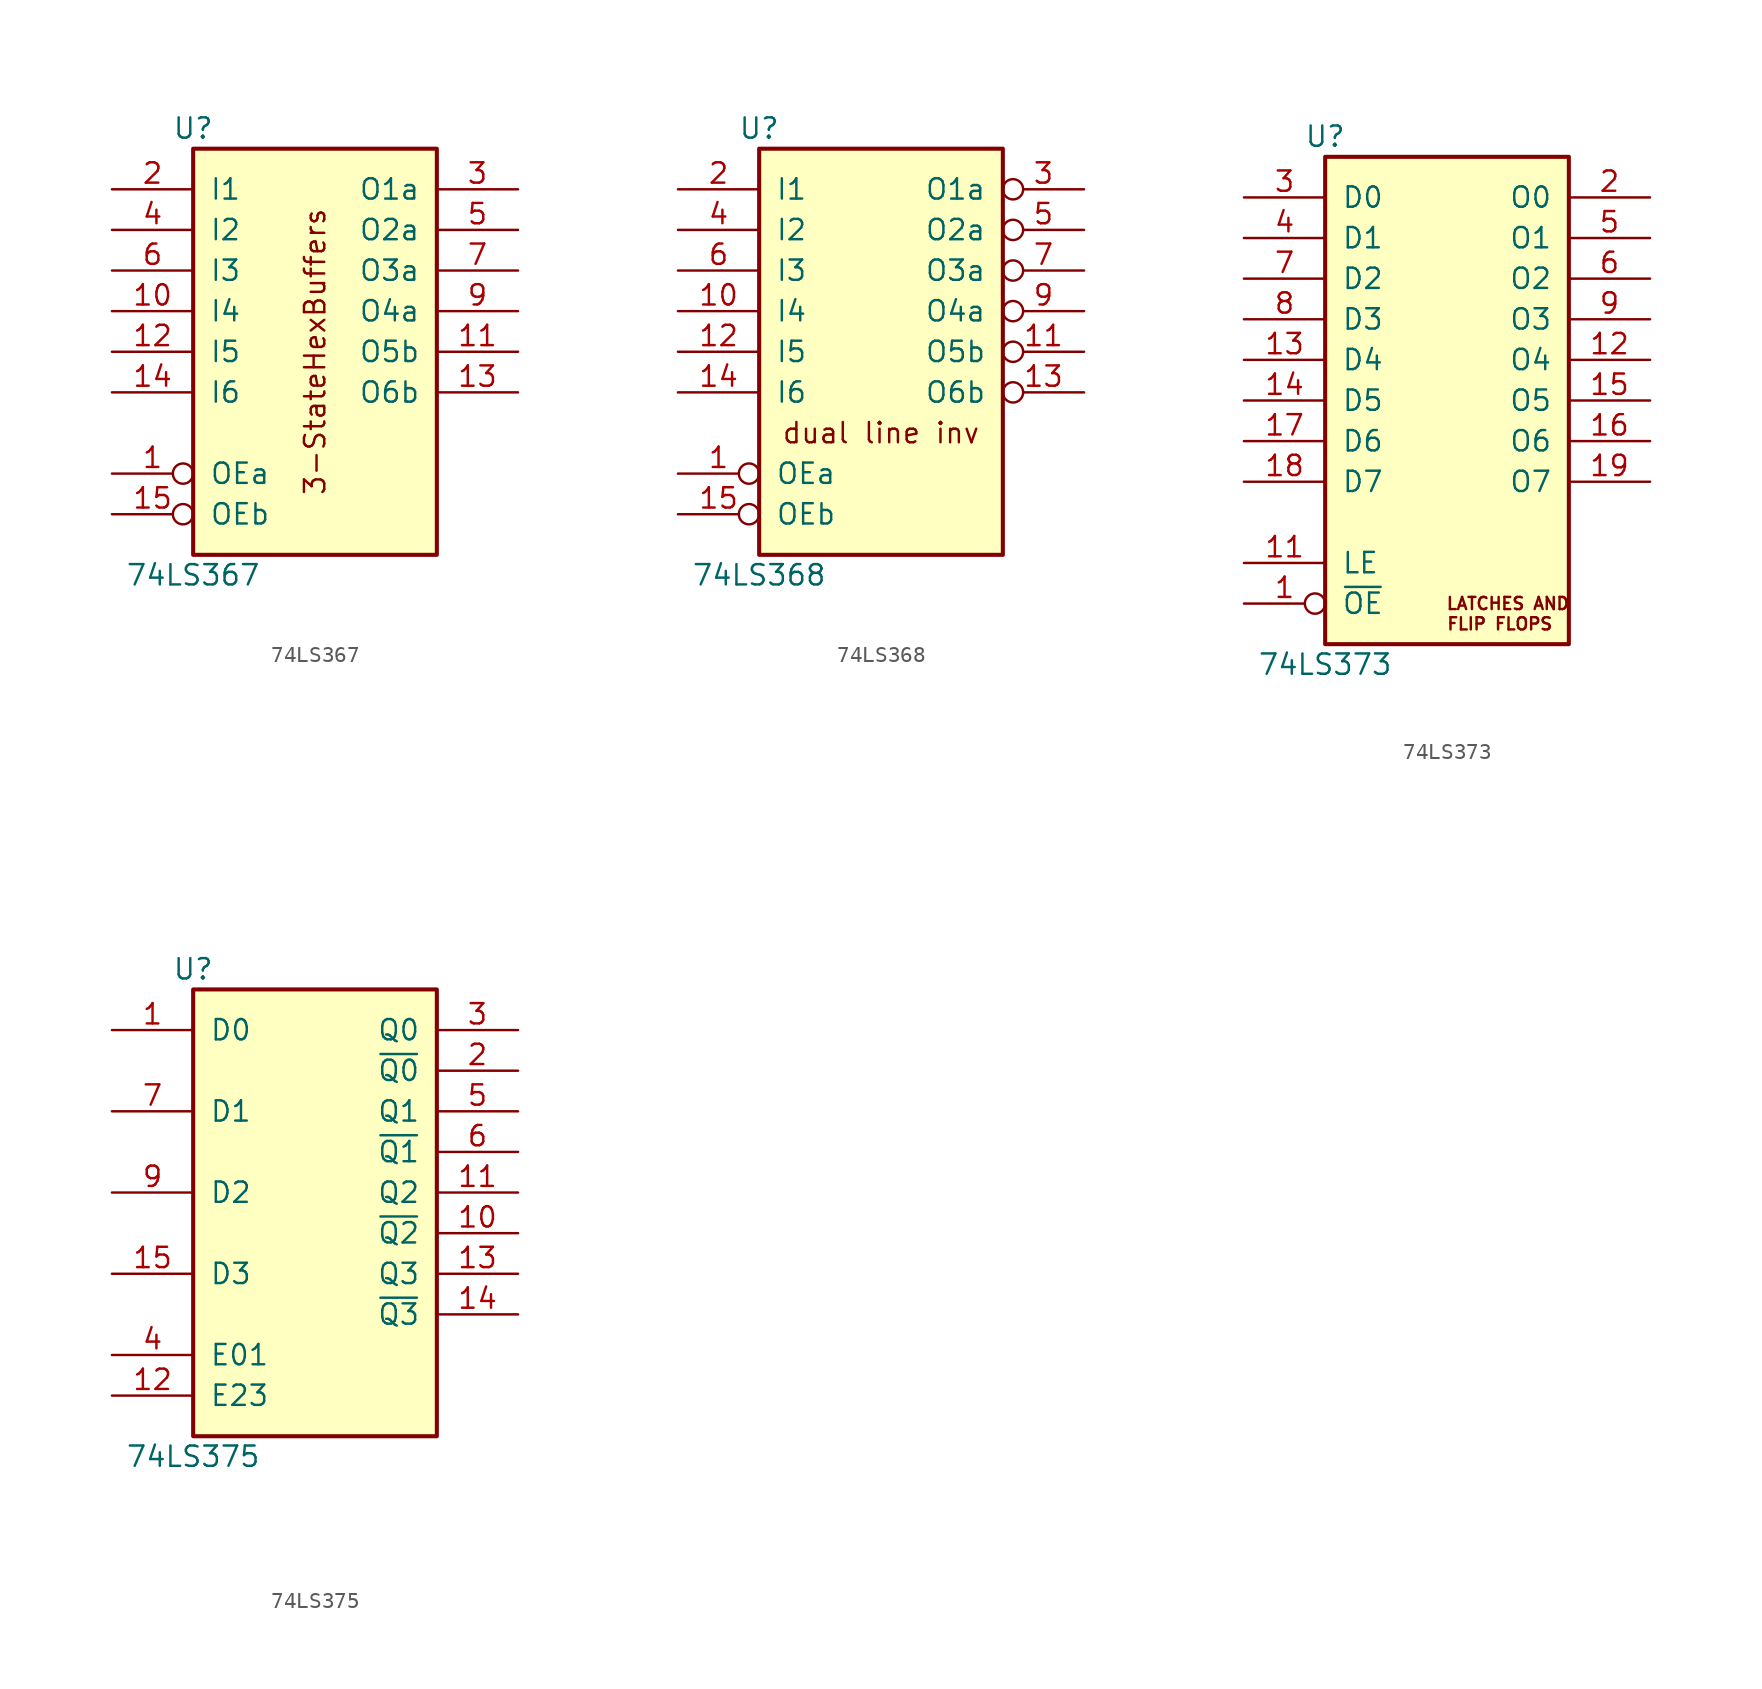
<source format=kicad_sym>
(kicad_symbol_lib
  (version 20231120)
  (generator "kicad_symbol_editor")
  (generator_version "8.0")
  (symbol "74LS367"
    (pin_names
      (offset 1.016))
    (property "Reference" "U"
      (at -7.62 13.97 0)
      (effects (font (size 1.27 1.27))))
    (property "Value" "74LS367"
      (at -7.62 -13.97 0)
      (effects (font (size 1.27 1.27))))
    (symbol "74LS367_0_0"
      (text "3-StateHexBuffers" (at 0 0 900) (effects (font (size 1.27 1.27)))))
    (symbol "74LS367_1_0"
      (pin input inverted (at -12.7 -7.62 0) (length 5.08) (name "OEa" (effects (font (size 1.27 1.27)))) (number "1" (effects (font (size 1.27 1.27)))))
      (pin input line (at -12.7 2.54 0) (length 5.08) (name "I4" (effects (font (size 1.27 1.27)))) (number "10" (effects (font (size 1.27 1.27)))))
      (pin tri_state line (at 12.7 0 180) (length 5.08) (name "O5b" (effects (font (size 1.27 1.27)))) (number "11" (effects (font (size 1.27 1.27)))))
      (pin input line (at -12.7 0 0) (length 5.08) (name "I5" (effects (font (size 1.27 1.27)))) (number "12" (effects (font (size 1.27 1.27)))))
      (pin tri_state line (at 12.7 -2.54 180) (length 5.08) (name "O6b" (effects (font (size 1.27 1.27)))) (number "13" (effects (font (size 1.27 1.27)))))
      (pin input line (at -12.7 -2.54 0) (length 5.08) (name "I6" (effects (font (size 1.27 1.27)))) (number "14" (effects (font (size 1.27 1.27)))))
      (pin input inverted (at -12.7 -10.16 0) (length 5.08) (name "OEb" (effects (font (size 1.27 1.27)))) (number "15" (effects (font (size 1.27 1.27)))))
      (pin input line (at -12.7 10.16 0) (length 5.08) (name "I1" (effects (font (size 1.27 1.27)))) (number "2" (effects (font (size 1.27 1.27)))))
      (pin tri_state line (at 12.7 10.16 180) (length 5.08) (name "O1a" (effects (font (size 1.27 1.27)))) (number "3" (effects (font (size 1.27 1.27)))))
      (pin input line (at -12.7 7.62 0) (length 5.08) (name "I2" (effects (font (size 1.27 1.27)))) (number "4" (effects (font (size 1.27 1.27)))))
      (pin tri_state line (at 12.7 7.62 180) (length 5.08) (name "O2a" (effects (font (size 1.27 1.27)))) (number "5" (effects (font (size 1.27 1.27)))))
      (pin input line (at -12.7 5.08 0) (length 5.08) (name "I3" (effects (font (size 1.27 1.27)))) (number "6" (effects (font (size 1.27 1.27)))))
      (pin tri_state line (at 12.7 5.08 180) (length 5.08) (name "O3a" (effects (font (size 1.27 1.27)))) (number "7" (effects (font (size 1.27 1.27)))))
      (pin tri_state line (at 12.7 2.54 180) (length 5.08) (name "O4a" (effects (font (size 1.27 1.27)))) (number "9" (effects (font (size 1.27 1.27))))))
    (symbol "74LS367_1_1"
      (rectangle (start -7.62 12.7) (end 7.62 -12.7) (stroke (width 0.254) (type default)) (fill (type background)))
      (pin power_in line (at 0 12.7 270) (length 2.54) hide (name "VCC" (effects (font (size 1.27 1.27)))) (number "16" (effects (font (size 1.27 1.27)))))
      (pin power_in line (at 0 -12.7 90) (length 2.54) hide (name "GND" (effects (font (size 1.27 1.27)))) (number "8" (effects (font (size 1.27 1.27)))))))
  (symbol "74LS368"
    (pin_names
      (offset 1.016))
    (property "Reference" "U"
      (at -7.62 13.97 0)
      (effects (font (size 1.27 1.27))))
    (property "Value" "74LS368"
      (at -7.62 -13.97 0)
      (effects (font (size 1.27 1.27))))
    (property "ki_locked" ""
      (at 0 0 0)
      (effects (font (size 1.27 1.27))))
    (symbol "74LS368_0_0"
      (text "dual line inv" (at 0 -5.08 0) (effects (font (size 1.27 1.27)))))
    (symbol "74LS368_1_0"
      (pin input inverted (at -12.7 -7.62 0) (length 5.08) (name "OEa" (effects (font (size 1.27 1.27)))) (number "1" (effects (font (size 1.27 1.27)))))
      (pin input line (at -12.7 2.54 0) (length 5.08) (name "I4" (effects (font (size 1.27 1.27)))) (number "10" (effects (font (size 1.27 1.27)))))
      (pin tri_state inverted (at 12.7 0 180) (length 5.08) (name "O5b" (effects (font (size 1.27 1.27)))) (number "11" (effects (font (size 1.27 1.27)))))
      (pin input line (at -12.7 0 0) (length 5.08) (name "I5" (effects (font (size 1.27 1.27)))) (number "12" (effects (font (size 1.27 1.27)))))
      (pin tri_state inverted (at 12.7 -2.54 180) (length 5.08) (name "O6b" (effects (font (size 1.27 1.27)))) (number "13" (effects (font (size 1.27 1.27)))))
      (pin input line (at -12.7 -2.54 0) (length 5.08) (name "I6" (effects (font (size 1.27 1.27)))) (number "14" (effects (font (size 1.27 1.27)))))
      (pin input inverted (at -12.7 -10.16 0) (length 5.08) (name "OEb" (effects (font (size 1.27 1.27)))) (number "15" (effects (font (size 1.27 1.27)))))
      (pin input line (at -12.7 10.16 0) (length 5.08) (name "I1" (effects (font (size 1.27 1.27)))) (number "2" (effects (font (size 1.27 1.27)))))
      (pin tri_state inverted (at 12.7 10.16 180) (length 5.08) (name "O1a" (effects (font (size 1.27 1.27)))) (number "3" (effects (font (size 1.27 1.27)))))
      (pin input line (at -12.7 7.62 0) (length 5.08) (name "I2" (effects (font (size 1.27 1.27)))) (number "4" (effects (font (size 1.27 1.27)))))
      (pin tri_state inverted (at 12.7 7.62 180) (length 5.08) (name "O2a" (effects (font (size 1.27 1.27)))) (number "5" (effects (font (size 1.27 1.27)))))
      (pin input line (at -12.7 5.08 0) (length 5.08) (name "I3" (effects (font (size 1.27 1.27)))) (number "6" (effects (font (size 1.27 1.27)))))
      (pin tri_state inverted (at 12.7 5.08 180) (length 5.08) (name "O3a" (effects (font (size 1.27 1.27)))) (number "7" (effects (font (size 1.27 1.27)))))
      (pin tri_state inverted (at 12.7 2.54 180) (length 5.08) (name "O4a" (effects (font (size 1.27 1.27)))) (number "9" (effects (font (size 1.27 1.27))))))
    (symbol "74LS368_1_1"
      (rectangle (start -7.62 12.7) (end 7.62 -12.7) (stroke (width 0.254) (type default)) (fill (type background)))))
  (symbol "74LS373"
    (pin_names
      (offset 1.016))
    (property "Reference" "U"
      (at -7.62 16.51 0)
      (effects (font (size 1.27 1.27))))
    (property "Value" "74LS373"
      (at -7.62 -16.51 0)
      (effects (font (size 1.27 1.27))))
    (property "ki_locked" ""
      (at 0 0 0)
      (effects (font (size 1.27 1.27))))
    (symbol "74LS373_0_0"
      (text "FLIP FLOPS" (at 3.302 -13.97 0) (effects (font (size 0.762 0.762))))
      (text "LATCHES AND" (at 3.81 -12.7 0) (effects (font (size 0.762 0.762)))))
    (symbol "74LS373_1_0"
      (pin input inverted (at -12.7 -12.7 0) (length 5.08) (name "~{OE}" (effects (font (size 1.27 1.27)))) (number "1" (effects (font (size 1.27 1.27)))))
      (pin power_in line (at 0 -15.24 90) (length 5.08) hide (name "GND" (effects (font (size 1.27 1.27)))) (number "10" (effects (font (size 1.27 1.27)))))
      (pin input line (at -12.7 -10.16 0) (length 5.08) (name "LE" (effects (font (size 1.27 1.27)))) (number "11" (effects (font (size 1.27 1.27)))))
      (pin tri_state line (at 12.7 2.54 180) (length 5.08) (name "O4" (effects (font (size 1.27 1.27)))) (number "12" (effects (font (size 1.27 1.27)))))
      (pin input line (at -12.7 2.54 0) (length 5.08) (name "D4" (effects (font (size 1.27 1.27)))) (number "13" (effects (font (size 1.27 1.27)))))
      (pin input line (at -12.7 0 0) (length 5.08) (name "D5" (effects (font (size 1.27 1.27)))) (number "14" (effects (font (size 1.27 1.27)))))
      (pin tri_state line (at 12.7 0 180) (length 5.08) (name "O5" (effects (font (size 1.27 1.27)))) (number "15" (effects (font (size 1.27 1.27)))))
      (pin tri_state line (at 12.7 -2.54 180) (length 5.08) (name "O6" (effects (font (size 1.27 1.27)))) (number "16" (effects (font (size 1.27 1.27)))))
      (pin input line (at -12.7 -2.54 0) (length 5.08) (name "D6" (effects (font (size 1.27 1.27)))) (number "17" (effects (font (size 1.27 1.27)))))
      (pin input line (at -12.7 -5.08 0) (length 5.08) (name "D7" (effects (font (size 1.27 1.27)))) (number "18" (effects (font (size 1.27 1.27)))))
      (pin tri_state line (at 12.7 -5.08 180) (length 5.08) (name "O7" (effects (font (size 1.27 1.27)))) (number "19" (effects (font (size 1.27 1.27)))))
      (pin tri_state line (at 12.7 12.7 180) (length 5.08) (name "O0" (effects (font (size 1.27 1.27)))) (number "2" (effects (font (size 1.27 1.27)))))
      (pin power_in line (at 0 15.24 270) (length 5.08) hide (name "VCC" (effects (font (size 1.27 1.27)))) (number "20" (effects (font (size 1.27 1.27)))))
      (pin input line (at -12.7 12.7 0) (length 5.08) (name "D0" (effects (font (size 1.27 1.27)))) (number "3" (effects (font (size 1.27 1.27)))))
      (pin input line (at -12.7 10.16 0) (length 5.08) (name "D1" (effects (font (size 1.27 1.27)))) (number "4" (effects (font (size 1.27 1.27)))))
      (pin tri_state line (at 12.7 10.16 180) (length 5.08) (name "O1" (effects (font (size 1.27 1.27)))) (number "5" (effects (font (size 1.27 1.27)))))
      (pin tri_state line (at 12.7 7.62 180) (length 5.08) (name "O2" (effects (font (size 1.27 1.27)))) (number "6" (effects (font (size 1.27 1.27)))))
      (pin input line (at -12.7 7.62 0) (length 5.08) (name "D2" (effects (font (size 1.27 1.27)))) (number "7" (effects (font (size 1.27 1.27)))))
      (pin input line (at -12.7 5.08 0) (length 5.08) (name "D3" (effects (font (size 1.27 1.27)))) (number "8" (effects (font (size 1.27 1.27)))))
      (pin tri_state line (at 12.7 5.08 180) (length 5.08) (name "O3" (effects (font (size 1.27 1.27)))) (number "9" (effects (font (size 1.27 1.27))))))
    (symbol "74LS373_1_1"
      (rectangle (start -7.62 15.24) (end 7.62 -15.24) (stroke (width 0.254) (type default)) (fill (type background)))))
  (symbol "74LS375"
    (pin_names
      (offset 1.016))
    (property "Reference" "U"
      (at -7.62 13.97 0)
      (effects (font (size 1.27 1.27))))
    (property "Value" "74LS375"
      (at -7.62 -16.51 0)
      (effects (font (size 1.27 1.27))))
    (property "ki_locked" ""
      (at 0 0 0)
      (effects (font (size 1.27 1.27))))
    (symbol "74LS375_1_0"
      (pin input line (at -12.7 10.16 0) (length 5.08) (name "D0" (effects (font (size 1.27 1.27)))) (number "1" (effects (font (size 1.27 1.27)))))
      (pin output line (at 12.7 -2.54 180) (length 5.08) (name "~{Q2}" (effects (font (size 1.27 1.27)))) (number "10" (effects (font (size 1.27 1.27)))))
      (pin output line (at 12.7 0 180) (length 5.08) (name "Q2" (effects (font (size 1.27 1.27)))) (number "11" (effects (font (size 1.27 1.27)))))
      (pin input line (at -12.7 -12.7 0) (length 5.08) (name "E23" (effects (font (size 1.27 1.27)))) (number "12" (effects (font (size 1.27 1.27)))))
      (pin output line (at 12.7 -5.08 180) (length 5.08) (name "Q3" (effects (font (size 1.27 1.27)))) (number "13" (effects (font (size 1.27 1.27)))))
      (pin output line (at 12.7 -7.62 180) (length 5.08) (name "~{Q3}" (effects (font (size 1.27 1.27)))) (number "14" (effects (font (size 1.27 1.27)))))
      (pin input line (at -12.7 -5.08 0) (length 5.08) (name "D3" (effects (font (size 1.27 1.27)))) (number "15" (effects (font (size 1.27 1.27)))))
      (pin input line (at 0 17.78 270) (length 5.08) hide (name "VCC" (effects (font (size 1.27 1.27)))) (number "16" (effects (font (size 1.27 1.27)))))
      (pin output line (at 12.7 7.62 180) (length 5.08) (name "~{Q0}" (effects (font (size 1.27 1.27)))) (number "2" (effects (font (size 1.27 1.27)))))
      (pin output line (at 12.7 10.16 180) (length 5.08) (name "Q0" (effects (font (size 1.27 1.27)))) (number "3" (effects (font (size 1.27 1.27)))))
      (pin input line (at -12.7 -10.16 0) (length 5.08) (name "E01" (effects (font (size 1.27 1.27)))) (number "4" (effects (font (size 1.27 1.27)))))
      (pin output line (at 12.7 5.08 180) (length 5.08) (name "Q1" (effects (font (size 1.27 1.27)))) (number "5" (effects (font (size 1.27 1.27)))))
      (pin output line (at 12.7 2.54 180) (length 5.08) (name "~{Q1}" (effects (font (size 1.27 1.27)))) (number "6" (effects (font (size 1.27 1.27)))))
      (pin input line (at -12.7 5.08 0) (length 5.08) (name "D1" (effects (font (size 1.27 1.27)))) (number "7" (effects (font (size 1.27 1.27)))))
      (pin input line (at 0 -20.32 90) (length 5.08) hide (name "GND" (effects (font (size 1.27 1.27)))) (number "8" (effects (font (size 1.27 1.27)))))
      (pin input line (at -12.7 0 0) (length 5.08) (name "D2" (effects (font (size 1.27 1.27)))) (number "9" (effects (font (size 1.27 1.27))))))
    (symbol "74LS375_1_1"
      (rectangle (start -7.62 12.7) (end 7.62 -15.24) (stroke (width 0.254) (type default)) (fill (type background))))))
</source>
